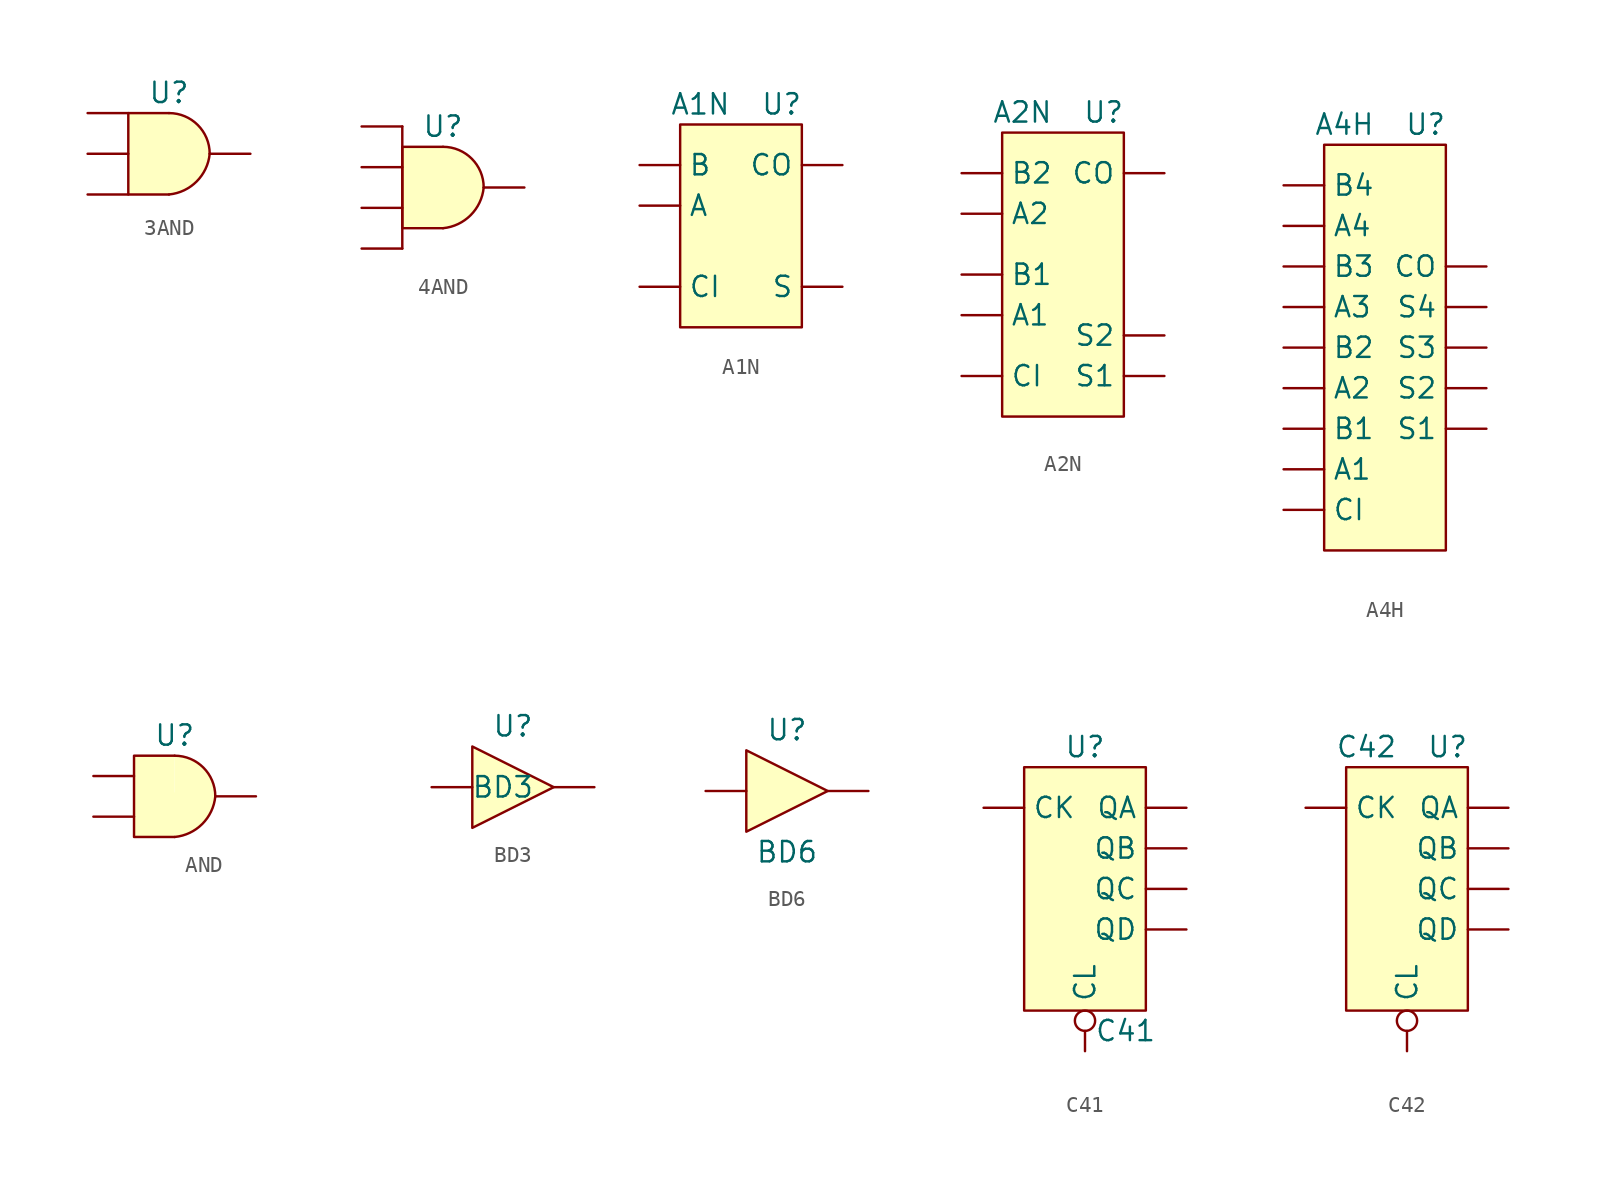
<source format=kicad_sym>
(kicad_symbol_lib
  (version 20220914)
  (generator kicad_symbol_editor)
  (symbol "3AND"
    (property "Reference" "U"
      (at 0 3.81 0)
      (effects (font (size 1.27 1.27))))
    (property "Value" ""
      (at 0 3.81 0)
      (effects (font (size 1.27 1.27))))
    (symbol "3AND_1_1"
      (arc (start 0 -2.54) (mid 1.7263 -1.7263) (end 2.54 0) (stroke (width 0) (type default)) (fill (type background)))
      (polyline (pts (xy 0 2.54) (xy -2.54 2.54) (xy -2.54 -2.54) (xy 0 -2.54)) (stroke (width 0) (type default)) (fill (type background)))
      (arc (start 2.54 0) (mid 1.7961 1.7961) (end 0 2.54) (stroke (width 0) (type default)) (fill (type background)))
      (pin input line (at -5.08 -2.54 0) (length 2.54) (name "" (effects (font (size 1.27 1.27)))) (number "" (effects (font (size 1.27 1.27)))))
      (pin input line (at -5.08 0 0) (length 2.54) (name "" (effects (font (size 1.27 1.27)))) (number "" (effects (font (size 1.27 1.27)))))
      (pin input line (at -5.08 2.54 0) (length 2.54) (name "" (effects (font (size 1.27 1.27)))) (number "" (effects (font (size 1.27 1.27)))))
      (pin output line (at 5.08 0 180) (length 2.54) (name "" (effects (font (size 1.27 1.27)))) (number "" (effects (font (size 1.27 1.27)))))))
  (symbol "4AND"
    (property "Reference" "U"
      (at 0 3.81 0)
      (effects (font (size 1.27 1.27))))
    (property "Value" ""
      (at 0 6.35 0)
      (effects (font (size 1.27 1.27))))
    (symbol "4AND_0_1"
      (polyline (pts (xy -2.54 3.81) (xy -2.54 2.54) (xy -2.54 -3.81)) (stroke (width 0) (type default)) (fill (type none))))
    (symbol "4AND_1_1"
      (arc (start 0 -2.54) (mid 1.7263 -1.7263) (end 2.54 0) (stroke (width 0) (type default)) (fill (type background)))
      (polyline (pts (xy 0 2.54) (xy -2.54 2.54) (xy -2.54 -2.54) (xy 0 -2.54)) (stroke (width 0) (type default)) (fill (type background)))
      (arc (start 2.54 0) (mid 1.7961 1.7961) (end 0 2.54) (stroke (width 0) (type default)) (fill (type background)))
      (pin input line (at -5.08 -3.81 0) (length 2.54) (name "" (effects (font (size 1.27 1.27)))) (number "" (effects (font (size 1.27 1.27)))))
      (pin input line (at -5.08 -1.27 0) (length 2.54) (name "" (effects (font (size 1.27 1.27)))) (number "" (effects (font (size 1.27 1.27)))))
      (pin input line (at -5.08 1.27 0) (length 2.54) (name "" (effects (font (size 1.27 1.27)))) (number "" (effects (font (size 1.27 1.27)))))
      (pin input line (at -5.08 3.81 0) (length 2.54) (name "" (effects (font (size 1.27 1.27)))) (number "" (effects (font (size 1.27 1.27)))))
      (pin output line (at 5.08 0 180) (length 2.54) (name "" (effects (font (size 1.27 1.27)))) (number "" (effects (font (size 1.27 1.27)))))))
  (symbol "A1N"
    (property "Reference" "U"
      (at 2.54 7.62 0)
      (effects (font (size 1.27 1.27))))
    (property "Value" "A1N"
      (at -2.54 7.62 0)
      (effects (font (size 1.27 1.27))))
    (symbol "A1N_1_1"
      (rectangle (start -3.81 6.35) (end 3.81 -6.35) (stroke (width 0) (type default)) (fill (type background)))
      (pin input line (at -6.35 1.27 0) (length 2.54) (name "A" (effects (font (size 1.27 1.27)))) (number "" (effects (font (size 1.27 1.27)))))
      (pin input line (at -6.35 3.81 0) (length 2.54) (name "B" (effects (font (size 1.27 1.27)))) (number "" (effects (font (size 1.27 1.27)))))
      (pin input line (at -6.35 -3.81 0) (length 2.54) (name "CI" (effects (font (size 1.27 1.27)))) (number "" (effects (font (size 1.27 1.27)))))
      (pin output line (at 6.35 3.81 180) (length 2.54) (name "CO" (effects (font (size 1.27 1.27)))) (number "" (effects (font (size 1.27 1.27)))))
      (pin output line (at 6.35 -3.81 180) (length 2.54) (name "S" (effects (font (size 1.27 1.27)))) (number "" (effects (font (size 1.27 1.27)))))))
  (symbol "A2N"
    (property "Reference" "U"
      (at 2.54 10.16 0)
      (effects (font (size 1.27 1.27))))
    (property "Value" "A2N"
      (at -2.54 10.16 0)
      (effects (font (size 1.27 1.27))))
    (symbol "A2N_1_1"
      (rectangle (start -3.81 8.89) (end 3.81 -8.89) (stroke (width 0) (type default)) (fill (type background)))
      (pin input line (at -6.35 -2.54 0) (length 2.54) (name "A1" (effects (font (size 1.27 1.27)))) (number "" (effects (font (size 1.27 1.27)))))
      (pin input line (at -6.35 3.81 0) (length 2.54) (name "A2" (effects (font (size 1.27 1.27)))) (number "" (effects (font (size 1.27 1.27)))))
      (pin input line (at -6.35 0 0) (length 2.54) (name "B1" (effects (font (size 1.27 1.27)))) (number "" (effects (font (size 1.27 1.27)))))
      (pin input line (at -6.35 6.35 0) (length 2.54) (name "B2" (effects (font (size 1.27 1.27)))) (number "" (effects (font (size 1.27 1.27)))))
      (pin input line (at -6.35 -6.35 0) (length 2.54) (name "CI" (effects (font (size 1.27 1.27)))) (number "" (effects (font (size 1.27 1.27)))))
      (pin output line (at 6.35 6.35 180) (length 2.54) (name "CO" (effects (font (size 1.27 1.27)))) (number "" (effects (font (size 1.27 1.27)))))
      (pin output line (at 6.35 -6.35 180) (length 2.54) (name "S1" (effects (font (size 1.27 1.27)))) (number "" (effects (font (size 1.27 1.27)))))
      (pin output line (at 6.35 -3.81 180) (length 2.54) (name "S2" (effects (font (size 1.27 1.27)))) (number "" (effects (font (size 1.27 1.27)))))))
  (symbol "A4H"
    (property "Reference" "U"
      (at 2.54 15.24 0)
      (effects (font (size 1.27 1.27))))
    (property "Value" "A4H"
      (at -2.54 15.24 0)
      (effects (font (size 1.27 1.27))))
    (symbol "A4H_1_1"
      (rectangle (start -3.81 13.97) (end 3.81 -11.43) (stroke (width 0) (type default)) (fill (type background)))
      (pin input line (at -6.35 -6.35 0) (length 2.54) (name "A1" (effects (font (size 1.27 1.27)))) (number "" (effects (font (size 1.27 1.27)))))
      (pin input line (at -6.35 -1.27 0) (length 2.54) (name "A2" (effects (font (size 1.27 1.27)))) (number "" (effects (font (size 1.27 1.27)))))
      (pin input line (at -6.35 3.81 0) (length 2.54) (name "A3" (effects (font (size 1.27 1.27)))) (number "" (effects (font (size 1.27 1.27)))))
      (pin input line (at -6.35 8.89 0) (length 2.54) (name "A4" (effects (font (size 1.27 1.27)))) (number "" (effects (font (size 1.27 1.27)))))
      (pin input line (at -6.35 -3.81 0) (length 2.54) (name "B1" (effects (font (size 1.27 1.27)))) (number "" (effects (font (size 1.27 1.27)))))
      (pin input line (at -6.35 1.27 0) (length 2.54) (name "B2" (effects (font (size 1.27 1.27)))) (number "" (effects (font (size 1.27 1.27)))))
      (pin input line (at -6.35 6.35 0) (length 2.54) (name "B3" (effects (font (size 1.27 1.27)))) (number "" (effects (font (size 1.27 1.27)))))
      (pin input line (at -6.35 11.43 0) (length 2.54) (name "B4" (effects (font (size 1.27 1.27)))) (number "" (effects (font (size 1.27 1.27)))))
      (pin input line (at -6.35 -8.89 0) (length 2.54) (name "CI" (effects (font (size 1.27 1.27)))) (number "" (effects (font (size 1.27 1.27)))))
      (pin output line (at 6.35 6.35 180) (length 2.54) (name "CO" (effects (font (size 1.27 1.27)))) (number "" (effects (font (size 1.27 1.27)))))
      (pin output line (at 6.35 -3.81 180) (length 2.54) (name "S1" (effects (font (size 1.27 1.27)))) (number "" (effects (font (size 1.27 1.27)))))
      (pin output line (at 6.35 -1.27 180) (length 2.54) (name "S2" (effects (font (size 1.27 1.27)))) (number "" (effects (font (size 1.27 1.27)))))
      (pin output line (at 6.35 1.27 180) (length 2.54) (name "S3" (effects (font (size 1.27 1.27)))) (number "" (effects (font (size 1.27 1.27)))))
      (pin output line (at 6.35 3.81 180) (length 2.54) (name "S4" (effects (font (size 1.27 1.27)))) (number "" (effects (font (size 1.27 1.27)))))))
  (symbol "AND"
    (property "Reference" "U"
      (at 0 3.81 0)
      (effects (font (size 1.27 1.27))))
    (property "Value" ""
      (at 8.89 5.08 0)
      (effects (font (size 1.27 1.27))))
    (symbol "AND_1_1"
      (arc (start 0 -2.54) (mid 1.7263 -1.7263) (end 2.54 0) (stroke (width 0) (type default)) (fill (type background)))
      (polyline (pts (xy 0 2.54) (xy -2.54 2.54) (xy -2.54 -2.54) (xy 0 -2.54)) (stroke (width 0) (type default)) (fill (type background)))
      (arc (start 2.54 0) (mid 1.7961 1.7961) (end 0 2.54) (stroke (width 0) (type default)) (fill (type background)))
      (pin input line (at -5.08 -1.27 0) (length 2.54) (name "" (effects (font (size 1.27 1.27)))) (number "" (effects (font (size 1.27 1.27)))))
      (pin input line (at -5.08 1.27 0) (length 2.54) (name "" (effects (font (size 1.27 1.27)))) (number "" (effects (font (size 1.27 1.27)))))
      (pin output line (at 5.08 0 180) (length 2.54) (name "" (effects (font (size 1.27 1.27)))) (number "" (effects (font (size 1.27 1.27)))))))
  (symbol "BD3"
    (property "Reference" "U"
      (at 0 3.81 0)
      (effects (font (size 1.27 1.27))))
    (property "Value" "BD3"
      (at -0.635 0 0)
      (effects (font (size 1.27 1.27))))
    (symbol "BD3_1_1"
      (polyline (pts (xy -2.54 2.54) (xy -2.54 -2.54) (xy 2.54 0) (xy -2.54 2.54)) (stroke (width 0) (type default)) (fill (type background)))
      (pin input line (at -5.08 0 0) (length 2.54) (name "" (effects (font (size 1.27 1.27)))) (number "" (effects (font (size 1.27 1.27)))))
      (pin output line (at 5.08 0 180) (length 2.54) (name "" (effects (font (size 1.27 1.27)))) (number "" (effects (font (size 1.27 1.27)))))))
  (symbol "BD6"
    (property "Reference" "U"
      (at 0 3.81 0)
      (effects (font (size 1.27 1.27))))
    (property "Value" "BD6"
      (at 0 -3.81 0)
      (effects (font (size 1.27 1.27))))
    (symbol "BD6_1_1"
      (polyline (pts (xy -2.54 2.54) (xy -2.54 -2.54) (xy 2.54 0) (xy -2.54 2.54)) (stroke (width 0) (type default)) (fill (type background)))
      (pin input line (at -5.08 0 0) (length 2.54) (name "" (effects (font (size 1.27 1.27)))) (number "" (effects (font (size 1.27 1.27)))))
      (pin output line (at 5.08 0 180) (length 2.54) (name "" (effects (font (size 1.27 1.27)))) (number "" (effects (font (size 1.27 1.27)))))))
  (symbol "C41"
    (property "Reference" "U"
      (at 0 8.89 0)
      (effects (font (size 1.27 1.27))))
    (property "Value" "C41"
      (at 2.54 -8.89 0)
      (effects (font (size 1.27 1.27))))
    (symbol "C41_1_1"
      (rectangle (start -3.81 7.62) (end 3.81 -7.62) (stroke (width 0) (type default)) (fill (type background)))
      (pin input line (at -6.35 5.08 0) (length 2.54) (name "CK" (effects (font (size 1.27 1.27)))) (number "" (effects (font (size 1.27 1.27)))))
      (pin input inverted (at 0 -10.16 90) (length 2.54) (name "CL" (effects (font (size 1.27 1.27)))) (number "" (effects (font (size 1.27 1.27)))))
      (pin output line (at 6.35 5.08 180) (length 2.54) (name "QA" (effects (font (size 1.27 1.27)))) (number "" (effects (font (size 1.27 1.27)))))
      (pin output line (at 6.35 2.54 180) (length 2.54) (name "QB" (effects (font (size 1.27 1.27)))) (number "" (effects (font (size 1.27 1.27)))))
      (pin output line (at 6.35 0 180) (length 2.54) (name "QC" (effects (font (size 1.27 1.27)))) (number "" (effects (font (size 1.27 1.27)))))
      (pin output line (at 6.35 -2.54 180) (length 2.54) (name "QD" (effects (font (size 1.27 1.27)))) (number "" (effects (font (size 1.27 1.27)))))))
  (symbol "C42"
    (property "Reference" "U"
      (at 2.54 8.89 0)
      (effects (font (size 1.27 1.27))))
    (property "Value" "C42"
      (at -2.54 8.89 0)
      (effects (font (size 1.27 1.27))))
    (symbol "C42_1_1"
      (rectangle (start -3.81 7.62) (end 3.81 -7.62) (stroke (width 0) (type default)) (fill (type background)))
      (pin input line (at -6.35 5.08 0) (length 2.54) (name "CK" (effects (font (size 1.27 1.27)))) (number "" (effects (font (size 1.27 1.27)))))
      (pin input inverted (at 0 -10.16 90) (length 2.54) (name "CL" (effects (font (size 1.27 1.27)))) (number "" (effects (font (size 1.27 1.27)))))
      (pin output line (at 6.35 5.08 180) (length 2.54) (name "QA" (effects (font (size 1.27 1.27)))) (number "" (effects (font (size 1.27 1.27)))))
      (pin output line (at 6.35 2.54 180) (length 2.54) (name "QB" (effects (font (size 1.27 1.27)))) (number "" (effects (font (size 1.27 1.27)))))
      (pin output line (at 6.35 0 180) (length 2.54) (name "QC" (effects (font (size 1.27 1.27)))) (number "" (effects (font (size 1.27 1.27)))))
      (pin output line (at 6.35 -2.54 180) (length 2.54) (name "QD" (effects (font (size 1.27 1.27)))) (number "" (effects (font (size 1.27 1.27))))))))
</source>
